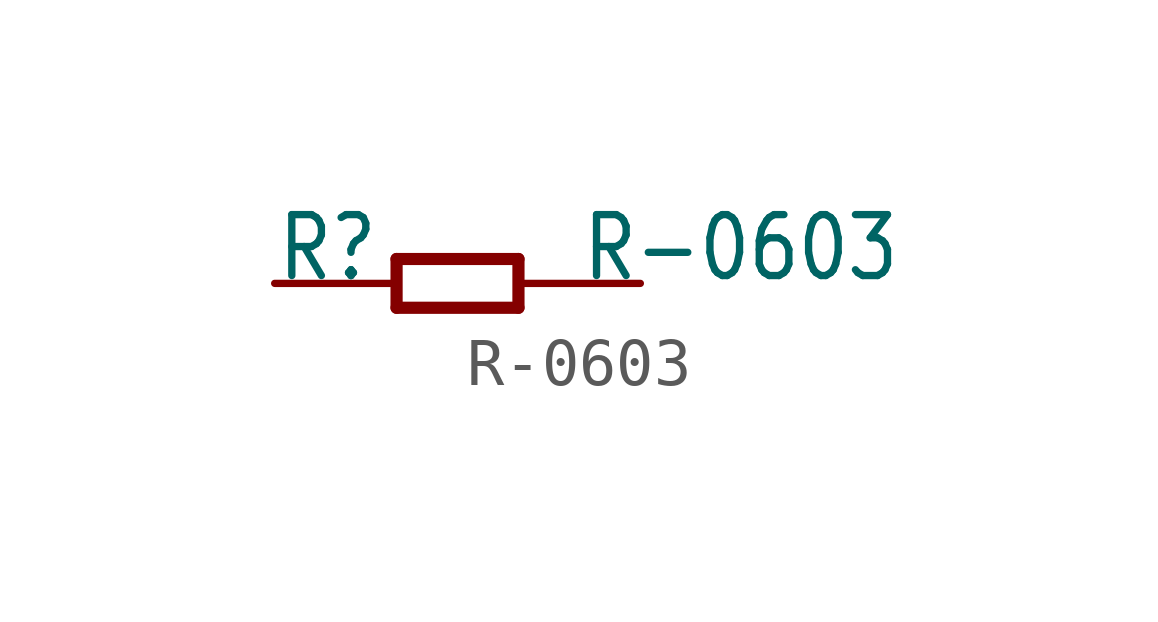
<source format=kicad_sym>
(kicad_symbol_lib
  (version 20211014)
  (generator kicad_symbol_editor)
  (symbol "R-0603"
    (property "Reference" "R"
      (at -3.81 0 0)
      (effects (font (size 1.27 1.079)) (justify left bottom)))
    (property "Value" "R-0603"
      (at 2.54 0 0)
      (effects (font (size 1.27 1.079)) (justify left bottom)))
    (property "ki_locked" ""
      (at 0 0 0)
      (effects (font (size 1.27 1.27))))
    (symbol "R-0603_1_0"
      (polyline (pts (xy -1.27 -0.508) (xy -1.27 0.508)) (stroke (width 0.254) (type default) (color 0 0 0 0)) (fill (type none)))
      (polyline (pts (xy -1.27 0.508) (xy 1.27 0.508)) (stroke (width 0.254) (type default) (color 0 0 0 0)) (fill (type none)))
      (polyline (pts (xy 1.27 -0.508) (xy -1.27 -0.508)) (stroke (width 0.254) (type default) (color 0 0 0 0)) (fill (type none)))
      (polyline (pts (xy 1.27 0.508) (xy 1.27 -0.508)) (stroke (width 0.254) (type default) (color 0 0 0 0)) (fill (type none)))
      (pin passive line (at -3.81 0 0) (length 2.54) (name "1" (effects (font (size 0 0)))) (number "1" (effects (font (size 0 0)))))
      (pin passive line (at 3.81 0 180) (length 2.54) (name "2" (effects (font (size 0 0)))) (number "2" (effects (font (size 0 0))))))))
</source>
